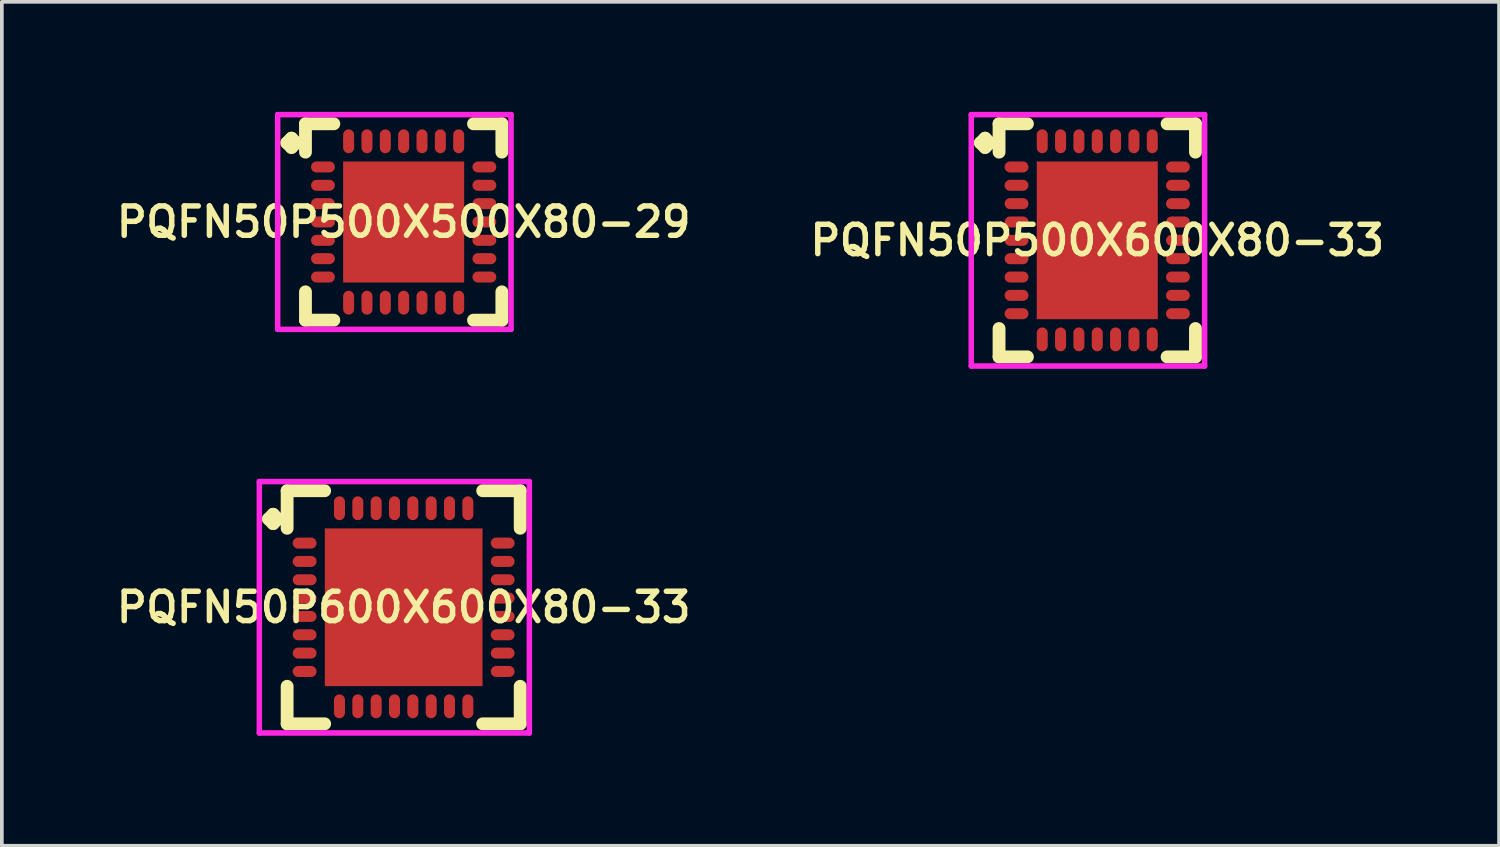
<source format=kicad_pcb>
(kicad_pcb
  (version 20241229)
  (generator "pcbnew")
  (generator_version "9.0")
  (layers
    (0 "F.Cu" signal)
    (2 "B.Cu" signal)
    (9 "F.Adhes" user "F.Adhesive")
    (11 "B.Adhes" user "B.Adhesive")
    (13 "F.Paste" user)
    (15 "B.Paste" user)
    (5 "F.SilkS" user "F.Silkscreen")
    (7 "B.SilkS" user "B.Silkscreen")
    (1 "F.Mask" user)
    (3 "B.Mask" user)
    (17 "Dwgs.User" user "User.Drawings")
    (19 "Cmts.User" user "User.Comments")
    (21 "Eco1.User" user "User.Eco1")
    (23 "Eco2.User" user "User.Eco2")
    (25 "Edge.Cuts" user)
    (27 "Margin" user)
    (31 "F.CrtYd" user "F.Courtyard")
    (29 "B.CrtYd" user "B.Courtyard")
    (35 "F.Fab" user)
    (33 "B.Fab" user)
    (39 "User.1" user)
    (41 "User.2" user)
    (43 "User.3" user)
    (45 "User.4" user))
  (footprint "PQFN50P500X500X80-29"
    (layer "F.Cu")
    (at 7.955 3.002)
    (property "Reference" "PQFN50P500X500X80-29" (at 0 0 0) (layer "F.SilkS") (effects (font (size 0.8 0.8) (thickness 0.15))))
    (attr smd)
    (fp_line (start -3.185 -2.158) (end -3.058 -2.285) (stroke (width 0.35) (type solid)) (layer "F.SilkS"))
    (fp_line (start -3.058 -2.285) (end -2.931 -2.158) (stroke (width 0.35) (type solid)) (layer "F.SilkS"))
    (fp_line (start -3.058 -2.031) (end -3.185 -2.158) (stroke (width 0.35) (type solid)) (layer "F.SilkS"))
    (fp_line (start -2.931 -2.158) (end -3.058 -2.031) (stroke (width 0.35) (type solid)) (layer "F.SilkS"))
    (fp_line (start -2.677 -2.677) (end -1.904 -2.677) (stroke (width 0.35) (type solid)) (layer "F.SilkS"))
    (fp_line (start -2.677 -1.904) (end -2.677 -2.677) (stroke (width 0.35) (type solid)) (layer "F.SilkS"))
    (fp_line (start -2.677 1.904) (end -2.677 2.677) (stroke (width 0.35) (type solid)) (layer "F.SilkS"))
    (fp_line (start -2.677 2.677) (end -1.904 2.677) (stroke (width 0.35) (type solid)) (layer "F.SilkS"))
    (fp_line (start 1.904 -2.677) (end 2.677 -2.677) (stroke (width 0.35) (type solid)) (layer "F.SilkS"))
    (fp_line (start 1.904 2.677) (end 2.677 2.677) (stroke (width 0.35) (type solid)) (layer "F.SilkS"))
    (fp_line (start 2.677 -2.677) (end 2.677 -1.904) (stroke (width 0.35) (type solid)) (layer "F.SilkS"))
    (fp_line (start 2.677 2.677) (end 2.677 1.904) (stroke (width 0.35) (type solid)) (layer "F.SilkS"))
    (fp_line (start -3.435 -2.927) (end 2.927 -2.927) (stroke (width 0.15) (type solid)) (layer "F.CrtYd"))
    (fp_line (start -3.435 2.927) (end -3.435 -2.927) (stroke (width 0.15) (type solid)) (layer "F.CrtYd"))
    (fp_line (start 2.927 -2.927) (end 2.927 2.927) (stroke (width 0.15) (type solid)) (layer "F.CrtYd"))
    (fp_line (start 2.927 2.927) (end -3.435 2.927) (stroke (width 0.15) (type solid)) (layer "F.CrtYd"))
    (pad "1" smd oval (at -2.2 -1.5) (size 0.65 0.3) (layers "F.Cu" "F.Mask" "F.Paste"))
    (pad "2" smd oval (at -2.2 -1) (size 0.65 0.3) (layers "F.Cu" "F.Mask" "F.Paste"))
    (pad "3" smd oval (at -2.2 -0.5) (size 0.65 0.3) (layers "F.Cu" "F.Mask" "F.Paste"))
    (pad "4" smd oval (at -2.2 0) (size 0.65 0.3) (layers "F.Cu" "F.Mask" "F.Paste"))
    (pad "5" smd oval (at -2.2 0.5) (size 0.65 0.3) (layers "F.Cu" "F.Mask" "F.Paste"))
    (pad "6" smd oval (at -2.2 1) (size 0.65 0.3) (layers "F.Cu" "F.Mask" "F.Paste"))
    (pad "7" smd oval (at -2.2 1.5) (size 0.65 0.3) (layers "F.Cu" "F.Mask" "F.Paste"))
    (pad "8" smd oval (at -1.5 2.2) (size 0.3 0.65) (layers "F.Cu" "F.Mask" "F.Paste"))
    (pad "9" smd oval (at -1 2.2) (size 0.3 0.65) (layers "F.Cu" "F.Mask" "F.Paste"))
    (pad "10" smd oval (at -0.5 2.2) (size 0.3 0.65) (layers "F.Cu" "F.Mask" "F.Paste"))
    (pad "11" smd oval (at 0 2.2) (size 0.3 0.65) (layers "F.Cu" "F.Mask" "F.Paste"))
    (pad "12" smd oval (at 0.5 2.2) (size 0.3 0.65) (layers "F.Cu" "F.Mask" "F.Paste"))
    (pad "13" smd oval (at 1 2.2) (size 0.3 0.65) (layers "F.Cu" "F.Mask" "F.Paste"))
    (pad "14" smd oval (at 1.5 2.2) (size 0.3 0.65) (layers "F.Cu" "F.Mask" "F.Paste"))
    (pad "15" smd oval (at 2.2 1.5) (size 0.65 0.3) (layers "F.Cu" "F.Mask" "F.Paste"))
    (pad "16" smd oval (at 2.2 1) (size 0.65 0.3) (layers "F.Cu" "F.Mask" "F.Paste"))
    (pad "17" smd oval (at 2.2 0.5) (size 0.65 0.3) (layers "F.Cu" "F.Mask" "F.Paste"))
    (pad "18" smd oval (at 2.2 0) (size 0.65 0.3) (layers "F.Cu" "F.Mask" "F.Paste"))
    (pad "19" smd oval (at 2.2 -0.5) (size 0.65 0.3) (layers "F.Cu" "F.Mask" "F.Paste"))
    (pad "20" smd oval (at 2.2 -1) (size 0.65 0.3) (layers "F.Cu" "F.Mask" "F.Paste"))
    (pad "21" smd oval (at 2.2 -1.5) (size 0.65 0.3) (layers "F.Cu" "F.Mask" "F.Paste"))
    (pad "22" smd oval (at 1.5 -2.2) (size 0.3 0.65) (layers "F.Cu" "F.Mask" "F.Paste"))
    (pad "23" smd oval (at 1 -2.2) (size 0.3 0.65) (layers "F.Cu" "F.Mask" "F.Paste"))
    (pad "24" smd oval (at 0.5 -2.2) (size 0.3 0.65) (layers "F.Cu" "F.Mask" "F.Paste"))
    (pad "25" smd oval (at 0 -2.2) (size 0.3 0.65) (layers "F.Cu" "F.Mask" "F.Paste"))
    (pad "26" smd oval (at -0.5 -2.2) (size 0.3 0.65) (layers "F.Cu" "F.Mask" "F.Paste"))
    (pad "27" smd oval (at -1 -2.2) (size 0.3 0.65) (layers "F.Cu" "F.Mask" "F.Paste"))
    (pad "28" smd oval (at -1.5 -2.2) (size 0.3 0.65) (layers "F.Cu" "F.Mask" "F.Paste"))
    (pad "29" smd rect (at 0 0) (size 3.3 3.3) (layers "F.Cu" "F.Mask" "F.Paste")))
  (footprint "PQFN50P600X600X80-33"
    (layer "F.Cu")
    (at 7.955 13.506)
    (property "Reference" "PQFN50P600X600X80-33" (at 0 0 0) (layer "F.SilkS") (effects (font (size 0.8 0.8) (thickness 0.15))))
    (attr smd)
    (fp_line (start -3.685 -2.408) (end -3.558 -2.535) (stroke (width 0.35) (type solid)) (layer "F.SilkS"))
    (fp_line (start -3.558 -2.535) (end -3.431 -2.408) (stroke (width 0.35) (type solid)) (layer "F.SilkS"))
    (fp_line (start -3.558 -2.281) (end -3.685 -2.408) (stroke (width 0.35) (type solid)) (layer "F.SilkS"))
    (fp_line (start -3.431 -2.408) (end -3.558 -2.281) (stroke (width 0.35) (type solid)) (layer "F.SilkS"))
    (fp_line (start -3.177 -3.177) (end -2.154 -3.177) (stroke (width 0.35) (type solid)) (layer "F.SilkS"))
    (fp_line (start -3.177 -2.154) (end -3.177 -3.177) (stroke (width 0.35) (type solid)) (layer "F.SilkS"))
    (fp_line (start -3.177 2.154) (end -3.177 3.177) (stroke (width 0.35) (type solid)) (layer "F.SilkS"))
    (fp_line (start -3.177 3.177) (end -2.154 3.177) (stroke (width 0.35) (type solid)) (layer "F.SilkS"))
    (fp_line (start 2.154 -3.177) (end 3.177 -3.177) (stroke (width 0.35) (type solid)) (layer "F.SilkS"))
    (fp_line (start 2.154 3.177) (end 3.177 3.177) (stroke (width 0.35) (type solid)) (layer "F.SilkS"))
    (fp_line (start 3.177 -3.177) (end 3.177 -2.154) (stroke (width 0.35) (type solid)) (layer "F.SilkS"))
    (fp_line (start 3.177 3.177) (end 3.177 2.154) (stroke (width 0.35) (type solid)) (layer "F.SilkS"))
    (fp_line (start -3.935 -3.427) (end 3.427 -3.427) (stroke (width 0.15) (type solid)) (layer "F.CrtYd"))
    (fp_line (start -3.935 3.427) (end -3.935 -3.427) (stroke (width 0.15) (type solid)) (layer "F.CrtYd"))
    (fp_line (start 3.427 -3.427) (end 3.427 3.427) (stroke (width 0.15) (type solid)) (layer "F.CrtYd"))
    (fp_line (start 3.427 3.427) (end -3.935 3.427) (stroke (width 0.15) (type solid)) (layer "F.CrtYd"))
    (pad "1" smd oval (at -2.7 -1.75) (size 0.65 0.3) (layers "F.Cu" "F.Mask" "F.Paste"))
    (pad "2" smd oval (at -2.7 -1.25) (size 0.65 0.3) (layers "F.Cu" "F.Mask" "F.Paste"))
    (pad "3" smd oval (at -2.7 -0.75) (size 0.65 0.3) (layers "F.Cu" "F.Mask" "F.Paste"))
    (pad "4" smd oval (at -2.7 -0.25) (size 0.65 0.3) (layers "F.Cu" "F.Mask" "F.Paste"))
    (pad "5" smd oval (at -2.7 0.25) (size 0.65 0.3) (layers "F.Cu" "F.Mask" "F.Paste"))
    (pad "6" smd oval (at -2.7 0.75) (size 0.65 0.3) (layers "F.Cu" "F.Mask" "F.Paste"))
    (pad "7" smd oval (at -2.7 1.25) (size 0.65 0.3) (layers "F.Cu" "F.Mask" "F.Paste"))
    (pad "8" smd oval (at -2.7 1.75) (size 0.65 0.3) (layers "F.Cu" "F.Mask" "F.Paste"))
    (pad "9" smd oval (at -1.75 2.7) (size 0.3 0.65) (layers "F.Cu" "F.Mask" "F.Paste"))
    (pad "10" smd oval (at -1.25 2.7) (size 0.3 0.65) (layers "F.Cu" "F.Mask" "F.Paste"))
    (pad "11" smd oval (at -0.75 2.7) (size 0.3 0.65) (layers "F.Cu" "F.Mask" "F.Paste"))
    (pad "12" smd oval (at -0.25 2.7) (size 0.3 0.65) (layers "F.Cu" "F.Mask" "F.Paste"))
    (pad "13" smd oval (at 0.25 2.7) (size 0.3 0.65) (layers "F.Cu" "F.Mask" "F.Paste"))
    (pad "14" smd oval (at 0.75 2.7) (size 0.3 0.65) (layers "F.Cu" "F.Mask" "F.Paste"))
    (pad "15" smd oval (at 1.25 2.7) (size 0.3 0.65) (layers "F.Cu" "F.Mask" "F.Paste"))
    (pad "16" smd oval (at 1.75 2.7) (size 0.3 0.65) (layers "F.Cu" "F.Mask" "F.Paste"))
    (pad "17" smd oval (at 2.7 1.75) (size 0.65 0.3) (layers "F.Cu" "F.Mask" "F.Paste"))
    (pad "18" smd oval (at 2.7 1.25) (size 0.65 0.3) (layers "F.Cu" "F.Mask" "F.Paste"))
    (pad "19" smd oval (at 2.7 0.75) (size 0.65 0.3) (layers "F.Cu" "F.Mask" "F.Paste"))
    (pad "20" smd oval (at 2.7 0.25) (size 0.65 0.3) (layers "F.Cu" "F.Mask" "F.Paste"))
    (pad "21" smd oval (at 2.7 -0.25) (size 0.65 0.3) (layers "F.Cu" "F.Mask" "F.Paste"))
    (pad "22" smd oval (at 2.7 -0.75) (size 0.65 0.3) (layers "F.Cu" "F.Mask" "F.Paste"))
    (pad "23" smd oval (at 2.7 -1.25) (size 0.65 0.3) (layers "F.Cu" "F.Mask" "F.Paste"))
    (pad "24" smd oval (at 2.7 -1.75) (size 0.65 0.3) (layers "F.Cu" "F.Mask" "F.Paste"))
    (pad "25" smd oval (at 1.75 -2.7) (size 0.3 0.65) (layers "F.Cu" "F.Mask" "F.Paste"))
    (pad "26" smd oval (at 1.25 -2.7) (size 0.3 0.65) (layers "F.Cu" "F.Mask" "F.Paste"))
    (pad "27" smd oval (at 0.75 -2.7) (size 0.3 0.65) (layers "F.Cu" "F.Mask" "F.Paste"))
    (pad "28" smd oval (at 0.25 -2.7) (size 0.3 0.65) (layers "F.Cu" "F.Mask" "F.Paste"))
    (pad "29" smd oval (at -0.25 -2.7) (size 0.3 0.65) (layers "F.Cu" "F.Mask" "F.Paste"))
    (pad "30" smd oval (at -0.75 -2.7) (size 0.3 0.65) (layers "F.Cu" "F.Mask" "F.Paste"))
    (pad "31" smd oval (at -1.25 -2.7) (size 0.3 0.65) (layers "F.Cu" "F.Mask" "F.Paste"))
    (pad "32" smd oval (at -1.75 -2.7) (size 0.3 0.65) (layers "F.Cu" "F.Mask" "F.Paste"))
    (pad "33" smd rect (at 0 0) (size 4.3 4.3) (layers "F.Cu" "F.Mask" "F.Paste")))
  (footprint "PQFN50P500X600X80-33"
    (layer "F.Cu")
    (at 26.864 3.502)
    (property "Reference" "PQFN50P500X600X80-33" (at 0 0 0) (layer "F.SilkS") (effects (font (size 0.8 0.8) (thickness 0.15))))
    (attr smd)
    (fp_line (start -3.185 -2.658) (end -3.058 -2.785) (stroke (width 0.35) (type solid)) (layer "F.SilkS"))
    (fp_line (start -3.058 -2.785) (end -2.931 -2.658) (stroke (width 0.35) (type solid)) (layer "F.SilkS"))
    (fp_line (start -3.058 -2.531) (end -3.185 -2.658) (stroke (width 0.35) (type solid)) (layer "F.SilkS"))
    (fp_line (start -2.931 -2.658) (end -3.058 -2.531) (stroke (width 0.35) (type solid)) (layer "F.SilkS"))
    (fp_line (start -2.677 -3.177) (end -1.904 -3.177) (stroke (width 0.35) (type solid)) (layer "F.SilkS"))
    (fp_line (start -2.677 -2.404) (end -2.677 -3.177) (stroke (width 0.35) (type solid)) (layer "F.SilkS"))
    (fp_line (start -2.677 2.404) (end -2.677 3.177) (stroke (width 0.35) (type solid)) (layer "F.SilkS"))
    (fp_line (start -2.677 3.177) (end -1.904 3.177) (stroke (width 0.35) (type solid)) (layer "F.SilkS"))
    (fp_line (start 1.904 -3.177) (end 2.677 -3.177) (stroke (width 0.35) (type solid)) (layer "F.SilkS"))
    (fp_line (start 1.904 3.177) (end 2.677 3.177) (stroke (width 0.35) (type solid)) (layer "F.SilkS"))
    (fp_line (start 2.677 -3.177) (end 2.677 -2.404) (stroke (width 0.35) (type solid)) (layer "F.SilkS"))
    (fp_line (start 2.677 3.177) (end 2.677 2.404) (stroke (width 0.35) (type solid)) (layer "F.SilkS"))
    (fp_line (start -3.435 -3.427) (end 2.927 -3.427) (stroke (width 0.15) (type solid)) (layer "F.CrtYd"))
    (fp_line (start -3.435 3.427) (end -3.435 -3.427) (stroke (width 0.15) (type solid)) (layer "F.CrtYd"))
    (fp_line (start 2.927 -3.427) (end 2.927 3.427) (stroke (width 0.15) (type solid)) (layer "F.CrtYd"))
    (fp_line (start 2.927 3.427) (end -3.435 3.427) (stroke (width 0.15) (type solid)) (layer "F.CrtYd"))
    (pad "1" smd oval (at -2.2 -2) (size 0.65 0.3) (layers "F.Cu" "F.Mask" "F.Paste"))
    (pad "2" smd oval (at -2.2 -1.5) (size 0.65 0.3) (layers "F.Cu" "F.Mask" "F.Paste"))
    (pad "3" smd oval (at -2.2 -1) (size 0.65 0.3) (layers "F.Cu" "F.Mask" "F.Paste"))
    (pad "4" smd oval (at -2.2 -0.5) (size 0.65 0.3) (layers "F.Cu" "F.Mask" "F.Paste"))
    (pad "5" smd oval (at -2.2 0) (size 0.65 0.3) (layers "F.Cu" "F.Mask" "F.Paste"))
    (pad "6" smd oval (at -2.2 0.5) (size 0.65 0.3) (layers "F.Cu" "F.Mask" "F.Paste"))
    (pad "7" smd oval (at -2.2 1) (size 0.65 0.3) (layers "F.Cu" "F.Mask" "F.Paste"))
    (pad "8" smd oval (at -2.2 1.5) (size 0.65 0.3) (layers "F.Cu" "F.Mask" "F.Paste"))
    (pad "9" smd oval (at -2.2 2) (size 0.65 0.3) (layers "F.Cu" "F.Mask" "F.Paste"))
    (pad "10" smd oval (at -1.5 2.7) (size 0.3 0.65) (layers "F.Cu" "F.Mask" "F.Paste"))
    (pad "11" smd oval (at -1 2.7) (size 0.3 0.65) (layers "F.Cu" "F.Mask" "F.Paste"))
    (pad "12" smd oval (at -0.5 2.7) (size 0.3 0.65) (layers "F.Cu" "F.Mask" "F.Paste"))
    (pad "13" smd oval (at 0 2.7) (size 0.3 0.65) (layers "F.Cu" "F.Mask" "F.Paste"))
    (pad "14" smd oval (at 0.5 2.7) (size 0.3 0.65) (layers "F.Cu" "F.Mask" "F.Paste"))
    (pad "15" smd oval (at 1 2.7) (size 0.3 0.65) (layers "F.Cu" "F.Mask" "F.Paste"))
    (pad "16" smd oval (at 1.5 2.7) (size 0.3 0.65) (layers "F.Cu" "F.Mask" "F.Paste"))
    (pad "17" smd oval (at 2.2 2) (size 0.65 0.3) (layers "F.Cu" "F.Mask" "F.Paste"))
    (pad "18" smd oval (at 2.2 1.5) (size 0.65 0.3) (layers "F.Cu" "F.Mask" "F.Paste"))
    (pad "19" smd oval (at 2.2 1) (size 0.65 0.3) (layers "F.Cu" "F.Mask" "F.Paste"))
    (pad "20" smd oval (at 2.2 0.5) (size 0.65 0.3) (layers "F.Cu" "F.Mask" "F.Paste"))
    (pad "21" smd oval (at 2.2 0) (size 0.65 0.3) (layers "F.Cu" "F.Mask" "F.Paste"))
    (pad "22" smd oval (at 2.2 -0.5) (size 0.65 0.3) (layers "F.Cu" "F.Mask" "F.Paste"))
    (pad "23" smd oval (at 2.2 -1) (size 0.65 0.3) (layers "F.Cu" "F.Mask" "F.Paste"))
    (pad "24" smd oval (at 2.2 -1.5) (size 0.65 0.3) (layers "F.Cu" "F.Mask" "F.Paste"))
    (pad "25" smd oval (at 2.2 -2) (size 0.65 0.3) (layers "F.Cu" "F.Mask" "F.Paste"))
    (pad "26" smd oval (at 1.5 -2.7) (size 0.3 0.65) (layers "F.Cu" "F.Mask" "F.Paste"))
    (pad "27" smd oval (at 1 -2.7) (size 0.3 0.65) (layers "F.Cu" "F.Mask" "F.Paste"))
    (pad "28" smd oval (at 0.5 -2.7) (size 0.3 0.65) (layers "F.Cu" "F.Mask" "F.Paste"))
    (pad "29" smd oval (at 0 -2.7) (size 0.3 0.65) (layers "F.Cu" "F.Mask" "F.Paste"))
    (pad "30" smd oval (at -0.5 -2.7) (size 0.3 0.65) (layers "F.Cu" "F.Mask" "F.Paste"))
    (pad "31" smd oval (at -1 -2.7) (size 0.3 0.65) (layers "F.Cu" "F.Mask" "F.Paste"))
    (pad "32" smd oval (at -1.5 -2.7) (size 0.3 0.65) (layers "F.Cu" "F.Mask" "F.Paste"))
    (pad "33" smd rect (at 0 0) (size 3.3 4.3) (layers "F.Cu" "F.Mask" "F.Paste")))
  (gr_rect
    (start -3 -3)
    (end 37.818 20.008)
    (stroke (width 0.1) (type default))
    (fill no)
    (layer "Edge.Cuts")))
</source>
